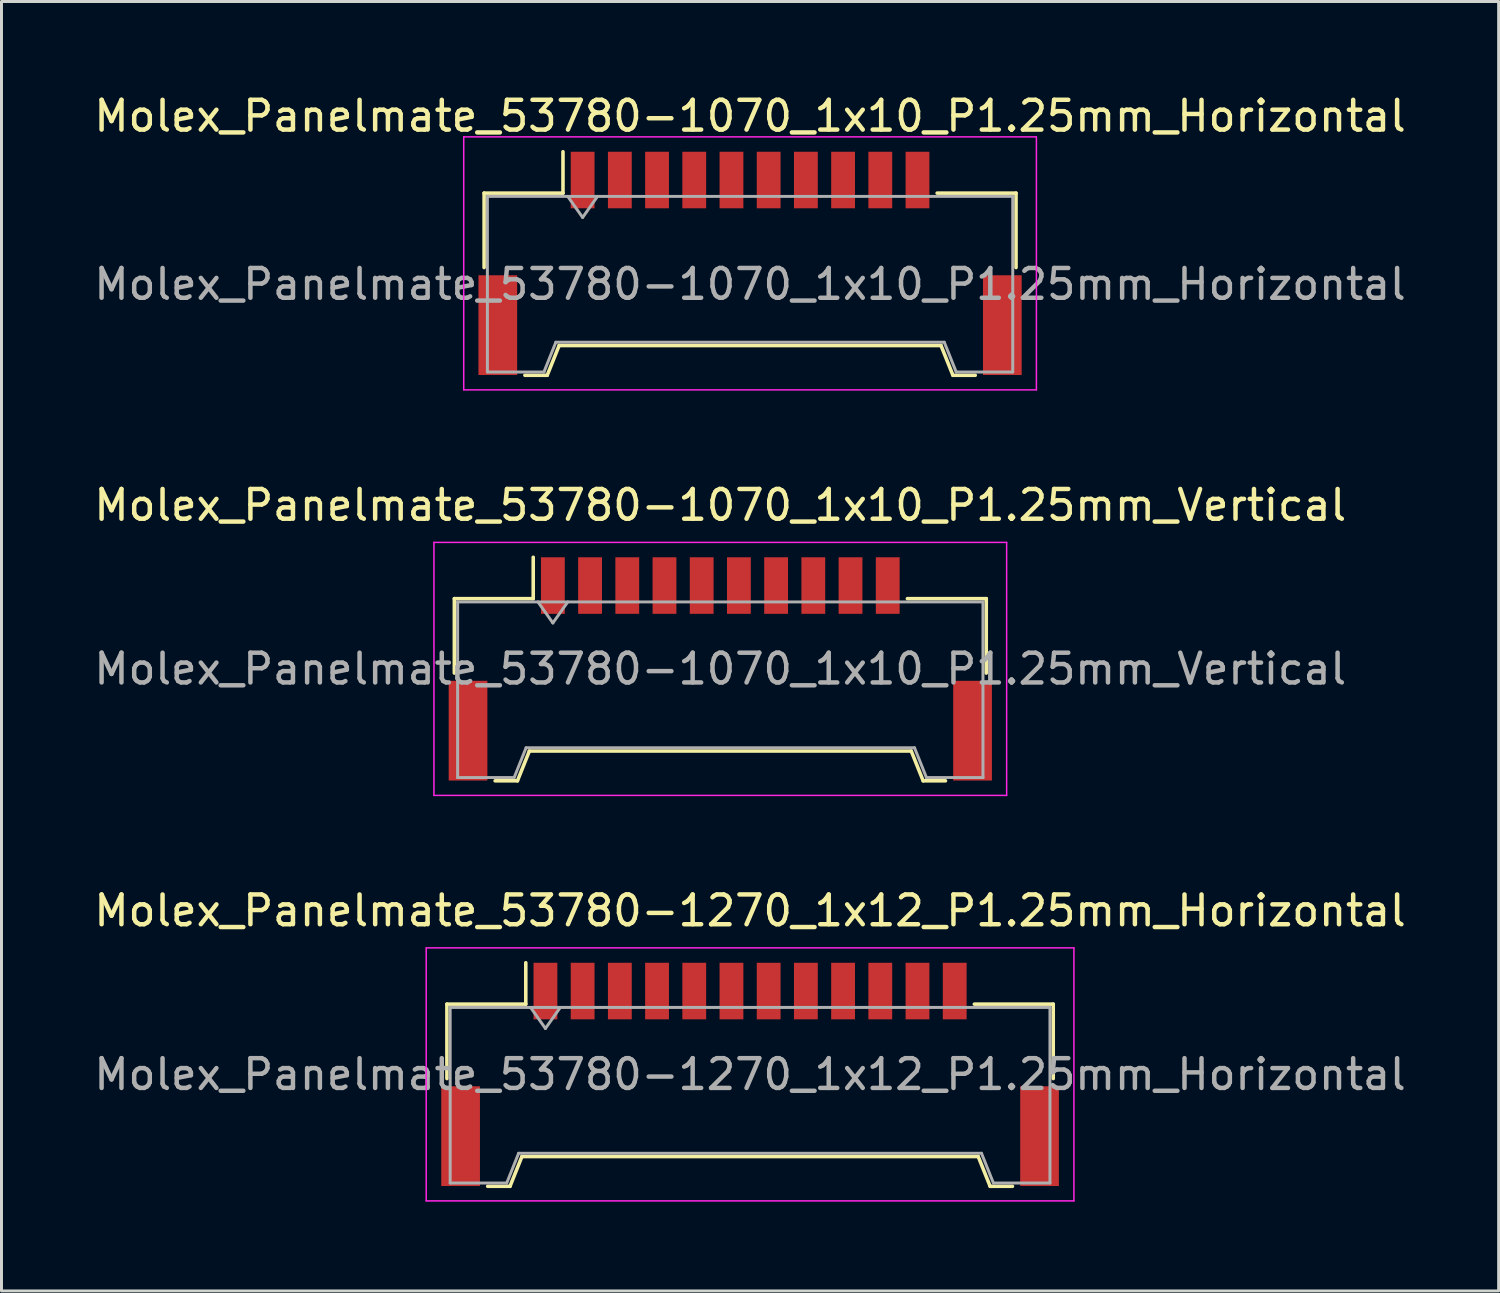
<source format=kicad_pcb>
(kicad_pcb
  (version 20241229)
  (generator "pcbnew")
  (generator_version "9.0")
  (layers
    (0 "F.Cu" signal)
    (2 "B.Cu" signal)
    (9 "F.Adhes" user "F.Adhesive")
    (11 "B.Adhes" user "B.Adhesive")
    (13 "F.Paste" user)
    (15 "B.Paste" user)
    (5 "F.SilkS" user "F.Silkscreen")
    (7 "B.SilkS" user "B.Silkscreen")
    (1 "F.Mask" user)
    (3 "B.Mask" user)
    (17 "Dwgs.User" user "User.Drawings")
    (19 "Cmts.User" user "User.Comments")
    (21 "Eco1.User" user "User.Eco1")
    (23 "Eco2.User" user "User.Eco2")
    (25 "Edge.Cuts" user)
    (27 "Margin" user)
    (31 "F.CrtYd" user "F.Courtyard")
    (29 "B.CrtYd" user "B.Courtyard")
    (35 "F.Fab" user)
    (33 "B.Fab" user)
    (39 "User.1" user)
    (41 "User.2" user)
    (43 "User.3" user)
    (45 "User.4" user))
  (footprint "Molex_Panelmate_53780-1070_1x10_P1.25mm_Horizontal"
    (layer "F.Cu")
    (at 22.149 5.798)
    (property "Reference" "Molex_Panelmate_53780-1070_1x10_P1.25mm_Horizontal" (at 0 -4.95 0) (layer "F.SilkS") (effects (font (size 1 1) (thickness 0.15))))
    (attr smd)
    (fp_line (start -8.935 -2.36) (end -6.285 -2.36) (stroke (width 0.12) (type solid)) (layer "F.SilkS"))
    (fp_line (start -8.935 0.14) (end -8.935 -2.36) (stroke (width 0.12) (type solid)) (layer "F.SilkS"))
    (fp_line (start -7.565 3.76) (end -6.815 3.76) (stroke (width 0.12) (type solid)) (layer "F.SilkS"))
    (fp_line (start -6.815 3.76) (end -6.415 2.76) (stroke (width 0.12) (type solid)) (layer "F.SilkS"))
    (fp_line (start -6.415 2.76) (end 6.415 2.76) (stroke (width 0.12) (type solid)) (layer "F.SilkS"))
    (fp_line (start -6.285 -2.36) (end -6.285 -3.75) (stroke (width 0.12) (type solid)) (layer "F.SilkS"))
    (fp_line (start 6.415 2.76) (end 6.815 3.76) (stroke (width 0.12) (type solid)) (layer "F.SilkS"))
    (fp_line (start 6.815 3.76) (end 7.565 3.76) (stroke (width 0.12) (type solid)) (layer "F.SilkS"))
    (fp_line (start 8.935 -2.36) (end 6.285 -2.36) (stroke (width 0.12) (type solid)) (layer "F.SilkS"))
    (fp_line (start 8.935 0.14) (end 8.935 -2.36) (stroke (width 0.12) (type solid)) (layer "F.SilkS"))
    (fp_line (start -9.62 -4.25) (end -9.62 4.25) (stroke (width 0.05) (type solid)) (layer "F.CrtYd"))
    (fp_line (start -9.62 4.25) (end 9.62 4.25) (stroke (width 0.05) (type solid)) (layer "F.CrtYd"))
    (fp_line (start 9.62 -4.25) (end -9.62 -4.25) (stroke (width 0.05) (type solid)) (layer "F.CrtYd"))
    (fp_line (start 9.62 4.25) (end 9.62 -4.25) (stroke (width 0.05) (type solid)) (layer "F.CrtYd"))
    (fp_line (start -8.825 -2.25) (end -8.825 3.65) (stroke (width 0.1) (type solid)) (layer "F.Fab"))
    (fp_line (start -8.825 -2.25) (end 8.825 -2.25) (stroke (width 0.1) (type solid)) (layer "F.Fab"))
    (fp_line (start -8.825 3.65) (end -6.925 3.65) (stroke (width 0.1) (type solid)) (layer "F.Fab"))
    (fp_line (start -6.925 3.65) (end -6.525 2.65) (stroke (width 0.1) (type solid)) (layer "F.Fab"))
    (fp_line (start -6.525 2.65) (end 6.525 2.65) (stroke (width 0.1) (type solid)) (layer "F.Fab"))
    (fp_line (start -6.125 -2.25) (end -5.625 -1.543) (stroke (width 0.1) (type solid)) (layer "F.Fab"))
    (fp_line (start -5.625 -1.543) (end -5.125 -2.25) (stroke (width 0.1) (type solid)) (layer "F.Fab"))
    (fp_line (start 6.525 2.65) (end 6.925 3.65) (stroke (width 0.1) (type solid)) (layer "F.Fab"))
    (fp_line (start 6.925 3.65) (end 8.825 3.65) (stroke (width 0.1) (type solid)) (layer "F.Fab"))
    (fp_line (start 8.825 -2.25) (end 8.825 3.65) (stroke (width 0.1) (type solid)) (layer "F.Fab"))
    (fp_text user "${REFERENCE}" (at 0 0.7 0) (layer "F.Fab") (effects (font (size 1 1) (thickness 0.15))))
    (pad "" smd rect (at -8.475 2.075) (size 1.3 3.35) (layers "F.Cu" "F.Mask" "F.Paste"))
    (pad "" smd rect (at 8.475 2.075) (size 1.3 3.35) (layers "F.Cu" "F.Mask" "F.Paste"))
    (pad "1" smd rect (at -5.625 -2.8) (size 0.8 1.9) (layers "F.Cu" "F.Mask" "F.Paste"))
    (pad "2" smd rect (at -4.375 -2.8) (size 0.8 1.9) (layers "F.Cu" "F.Mask" "F.Paste"))
    (pad "3" smd rect (at -3.125 -2.8) (size 0.8 1.9) (layers "F.Cu" "F.Mask" "F.Paste"))
    (pad "4" smd rect (at -1.875 -2.8) (size 0.8 1.9) (layers "F.Cu" "F.Mask" "F.Paste"))
    (pad "5" smd rect (at -0.625 -2.8) (size 0.8 1.9) (layers "F.Cu" "F.Mask" "F.Paste"))
    (pad "6" smd rect (at 0.625 -2.8) (size 0.8 1.9) (layers "F.Cu" "F.Mask" "F.Paste"))
    (pad "7" smd rect (at 1.875 -2.8) (size 0.8 1.9) (layers "F.Cu" "F.Mask" "F.Paste"))
    (pad "8" smd rect (at 3.125 -2.8) (size 0.8 1.9) (layers "F.Cu" "F.Mask" "F.Paste"))
    (pad "9" smd rect (at 4.375 -2.8) (size 0.8 1.9) (layers "F.Cu" "F.Mask" "F.Paste"))
    (pad "10" smd rect (at 5.625 -2.8) (size 0.8 1.9) (layers "F.Cu" "F.Mask" "F.Paste")))
  (footprint "Molex_Panelmate_53780-1270_1x12_P1.25mm_Horizontal"
    (layer "F.Cu")
    (at 22.149 33.045)
    (property "Reference" "Molex_Panelmate_53780-1270_1x12_P1.25mm_Horizontal" (at 0 -5.5 0) (layer "F.SilkS") (effects (font (size 1 1) (thickness 0.15))))
    (attr smd)
    (fp_line (start -10.185 -2.36) (end -7.535 -2.36) (stroke (width 0.12) (type solid)) (layer "F.SilkS"))
    (fp_line (start -10.185 0.14) (end -10.185 -2.36) (stroke (width 0.12) (type solid)) (layer "F.SilkS"))
    (fp_line (start -8.815 3.76) (end -8.065 3.76) (stroke (width 0.12) (type solid)) (layer "F.SilkS"))
    (fp_line (start -8.065 3.76) (end -7.665 2.76) (stroke (width 0.12) (type solid)) (layer "F.SilkS"))
    (fp_line (start -7.665 2.76) (end 7.665 2.76) (stroke (width 0.12) (type solid)) (layer "F.SilkS"))
    (fp_line (start -7.535 -2.36) (end -7.535 -3.75) (stroke (width 0.12) (type solid)) (layer "F.SilkS"))
    (fp_line (start 7.665 2.76) (end 8.065 3.76) (stroke (width 0.12) (type solid)) (layer "F.SilkS"))
    (fp_line (start 8.065 3.76) (end 8.815 3.76) (stroke (width 0.12) (type solid)) (layer "F.SilkS"))
    (fp_line (start 10.185 -2.36) (end 7.535 -2.36) (stroke (width 0.12) (type solid)) (layer "F.SilkS"))
    (fp_line (start 10.185 0.14) (end 10.185 -2.36) (stroke (width 0.12) (type solid)) (layer "F.SilkS"))
    (fp_line (start -10.88 -4.25) (end -10.88 4.25) (stroke (width 0.05) (type solid)) (layer "F.CrtYd"))
    (fp_line (start -10.88 4.25) (end 10.88 4.25) (stroke (width 0.05) (type solid)) (layer "F.CrtYd"))
    (fp_line (start 10.88 -4.25) (end -10.88 -4.25) (stroke (width 0.05) (type solid)) (layer "F.CrtYd"))
    (fp_line (start 10.88 4.25) (end 10.88 -4.25) (stroke (width 0.05) (type solid)) (layer "F.CrtYd"))
    (fp_line (start -10.075 -2.25) (end -10.075 3.65) (stroke (width 0.1) (type solid)) (layer "F.Fab"))
    (fp_line (start -10.075 -2.25) (end 10.075 -2.25) (stroke (width 0.1) (type solid)) (layer "F.Fab"))
    (fp_line (start -10.075 3.65) (end -8.175 3.65) (stroke (width 0.1) (type solid)) (layer "F.Fab"))
    (fp_line (start -8.175 3.65) (end -7.775 2.65) (stroke (width 0.1) (type solid)) (layer "F.Fab"))
    (fp_line (start -7.775 2.65) (end 7.775 2.65) (stroke (width 0.1) (type solid)) (layer "F.Fab"))
    (fp_line (start -7.375 -2.25) (end -6.875 -1.543) (stroke (width 0.1) (type solid)) (layer "F.Fab"))
    (fp_line (start -6.875 -1.543) (end -6.375 -2.25) (stroke (width 0.1) (type solid)) (layer "F.Fab"))
    (fp_line (start 7.775 2.65) (end 8.175 3.65) (stroke (width 0.1) (type solid)) (layer "F.Fab"))
    (fp_line (start 8.175 3.65) (end 10.075 3.65) (stroke (width 0.1) (type solid)) (layer "F.Fab"))
    (fp_line (start 10.075 -2.25) (end 10.075 3.65) (stroke (width 0.1) (type solid)) (layer "F.Fab"))
    (fp_text user "${REFERENCE}" (at 0 0 0) (layer "F.Fab") (effects (font (size 1 1) (thickness 0.15))))
    (pad "" smd rect (at -9.725 2.075) (size 1.3 3.35) (layers "F.Cu" "F.Mask" "F.Paste"))
    (pad "" smd rect (at 9.725 2.075) (size 1.3 3.35) (layers "F.Cu" "F.Mask" "F.Paste"))
    (pad "1" smd rect (at -6.875 -2.8) (size 0.8 1.9) (layers "F.Cu" "F.Mask" "F.Paste"))
    (pad "2" smd rect (at -5.625 -2.8) (size 0.8 1.9) (layers "F.Cu" "F.Mask" "F.Paste"))
    (pad "3" smd rect (at -4.375 -2.8) (size 0.8 1.9) (layers "F.Cu" "F.Mask" "F.Paste"))
    (pad "4" smd rect (at -3.125 -2.8) (size 0.8 1.9) (layers "F.Cu" "F.Mask" "F.Paste"))
    (pad "5" smd rect (at -1.875 -2.8) (size 0.8 1.9) (layers "F.Cu" "F.Mask" "F.Paste"))
    (pad "6" smd rect (at -0.625 -2.8) (size 0.8 1.9) (layers "F.Cu" "F.Mask" "F.Paste"))
    (pad "7" smd rect (at 0.625 -2.8) (size 0.8 1.9) (layers "F.Cu" "F.Mask" "F.Paste"))
    (pad "8" smd rect (at 1.875 -2.8) (size 0.8 1.9) (layers "F.Cu" "F.Mask" "F.Paste"))
    (pad "9" smd rect (at 3.125 -2.8) (size 0.8 1.9) (layers "F.Cu" "F.Mask" "F.Paste"))
    (pad "10" smd rect (at 4.375 -2.8) (size 0.8 1.9) (layers "F.Cu" "F.Mask" "F.Paste"))
    (pad "11" smd rect (at 5.625 -2.8) (size 0.8 1.9) (layers "F.Cu" "F.Mask" "F.Paste"))
    (pad "12" smd rect (at 6.875 -2.8) (size 0.8 1.9) (layers "F.Cu" "F.Mask" "F.Paste")))
  (footprint "Molex_Panelmate_53780-1070_1x10_P1.25mm_Vertical"
    (layer "F.Cu")
    (at 21.149 19.422)
    (property "Reference" "Molex_Panelmate_53780-1070_1x10_P1.25mm_Vertical" (at 0 -5.5 0) (layer "F.SilkS") (effects (font (size 1 1) (thickness 0.15))))
    (attr smd)
    (fp_line (start -8.935 -2.36) (end -6.285 -2.36) (stroke (width 0.12) (type solid)) (layer "F.SilkS"))
    (fp_line (start -8.935 0.14) (end -8.935 -2.36) (stroke (width 0.12) (type solid)) (layer "F.SilkS"))
    (fp_line (start -7.565 3.76) (end -6.815 3.76) (stroke (width 0.12) (type solid)) (layer "F.SilkS"))
    (fp_line (start -6.815 3.76) (end -6.415 2.76) (stroke (width 0.12) (type solid)) (layer "F.SilkS"))
    (fp_line (start -6.415 2.76) (end 6.415 2.76) (stroke (width 0.12) (type solid)) (layer "F.SilkS"))
    (fp_line (start -6.285 -2.36) (end -6.285 -3.75) (stroke (width 0.12) (type solid)) (layer "F.SilkS"))
    (fp_line (start 6.415 2.76) (end 6.815 3.76) (stroke (width 0.12) (type solid)) (layer "F.SilkS"))
    (fp_line (start 6.815 3.76) (end 7.565 3.76) (stroke (width 0.12) (type solid)) (layer "F.SilkS"))
    (fp_line (start 8.935 -2.36) (end 6.285 -2.36) (stroke (width 0.12) (type solid)) (layer "F.SilkS"))
    (fp_line (start 8.935 0.14) (end 8.935 -2.36) (stroke (width 0.12) (type solid)) (layer "F.SilkS"))
    (fp_line (start -9.62 -4.25) (end -9.62 4.25) (stroke (width 0.05) (type solid)) (layer "F.CrtYd"))
    (fp_line (start -9.62 4.25) (end 9.62 4.25) (stroke (width 0.05) (type solid)) (layer "F.CrtYd"))
    (fp_line (start 9.62 -4.25) (end -9.62 -4.25) (stroke (width 0.05) (type solid)) (layer "F.CrtYd"))
    (fp_line (start 9.62 4.25) (end 9.62 -4.25) (stroke (width 0.05) (type solid)) (layer "F.CrtYd"))
    (fp_line (start -8.825 -2.25) (end -8.825 3.65) (stroke (width 0.1) (type solid)) (layer "F.Fab"))
    (fp_line (start -8.825 -2.25) (end 8.825 -2.25) (stroke (width 0.1) (type solid)) (layer "F.Fab"))
    (fp_line (start -8.825 3.65) (end -6.925 3.65) (stroke (width 0.1) (type solid)) (layer "F.Fab"))
    (fp_line (start -6.925 3.65) (end -6.525 2.65) (stroke (width 0.1) (type solid)) (layer "F.Fab"))
    (fp_line (start -6.525 2.65) (end 6.525 2.65) (stroke (width 0.1) (type solid)) (layer "F.Fab"))
    (fp_line (start -6.125 -2.25) (end -5.625 -1.543) (stroke (width 0.1) (type solid)) (layer "F.Fab"))
    (fp_line (start -5.625 -1.543) (end -5.125 -2.25) (stroke (width 0.1) (type solid)) (layer "F.Fab"))
    (fp_line (start 6.525 2.65) (end 6.925 3.65) (stroke (width 0.1) (type solid)) (layer "F.Fab"))
    (fp_line (start 6.925 3.65) (end 8.825 3.65) (stroke (width 0.1) (type solid)) (layer "F.Fab"))
    (fp_line (start 8.825 -2.25) (end 8.825 3.65) (stroke (width 0.1) (type solid)) (layer "F.Fab"))
    (fp_text user "${REFERENCE}" (at 0 0 0) (layer "F.Fab") (effects (font (size 1 1) (thickness 0.15))))
    (pad "" smd rect (at -8.475 2.075) (size 1.3 3.35) (layers "F.Cu" "F.Mask" "F.Paste"))
    (pad "" smd rect (at 8.475 2.075) (size 1.3 3.35) (layers "F.Cu" "F.Mask" "F.Paste"))
    (pad "1" smd rect (at -5.625 -2.8) (size 0.8 1.9) (layers "F.Cu" "F.Mask" "F.Paste"))
    (pad "2" smd rect (at -4.375 -2.8) (size 0.8 1.9) (layers "F.Cu" "F.Mask" "F.Paste"))
    (pad "3" smd rect (at -3.125 -2.8) (size 0.8 1.9) (layers "F.Cu" "F.Mask" "F.Paste"))
    (pad "4" smd rect (at -1.875 -2.8) (size 0.8 1.9) (layers "F.Cu" "F.Mask" "F.Paste"))
    (pad "5" smd rect (at -0.625 -2.8) (size 0.8 1.9) (layers "F.Cu" "F.Mask" "F.Paste"))
    (pad "6" smd rect (at 0.625 -2.8) (size 0.8 1.9) (layers "F.Cu" "F.Mask" "F.Paste"))
    (pad "7" smd rect (at 1.875 -2.8) (size 0.8 1.9) (layers "F.Cu" "F.Mask" "F.Paste"))
    (pad "8" smd rect (at 3.125 -2.8) (size 0.8 1.9) (layers "F.Cu" "F.Mask" "F.Paste"))
    (pad "9" smd rect (at 4.375 -2.8) (size 0.8 1.9) (layers "F.Cu" "F.Mask" "F.Paste"))
    (pad "10" smd rect (at 5.625 -2.8) (size 0.8 1.9) (layers "F.Cu" "F.Mask" "F.Paste")))
  (gr_rect
    (start -3 -3)
    (end 47.298 40.32)
    (stroke (width 0.1) (type default))
    (fill no)
    (layer "Edge.Cuts")))
</source>
